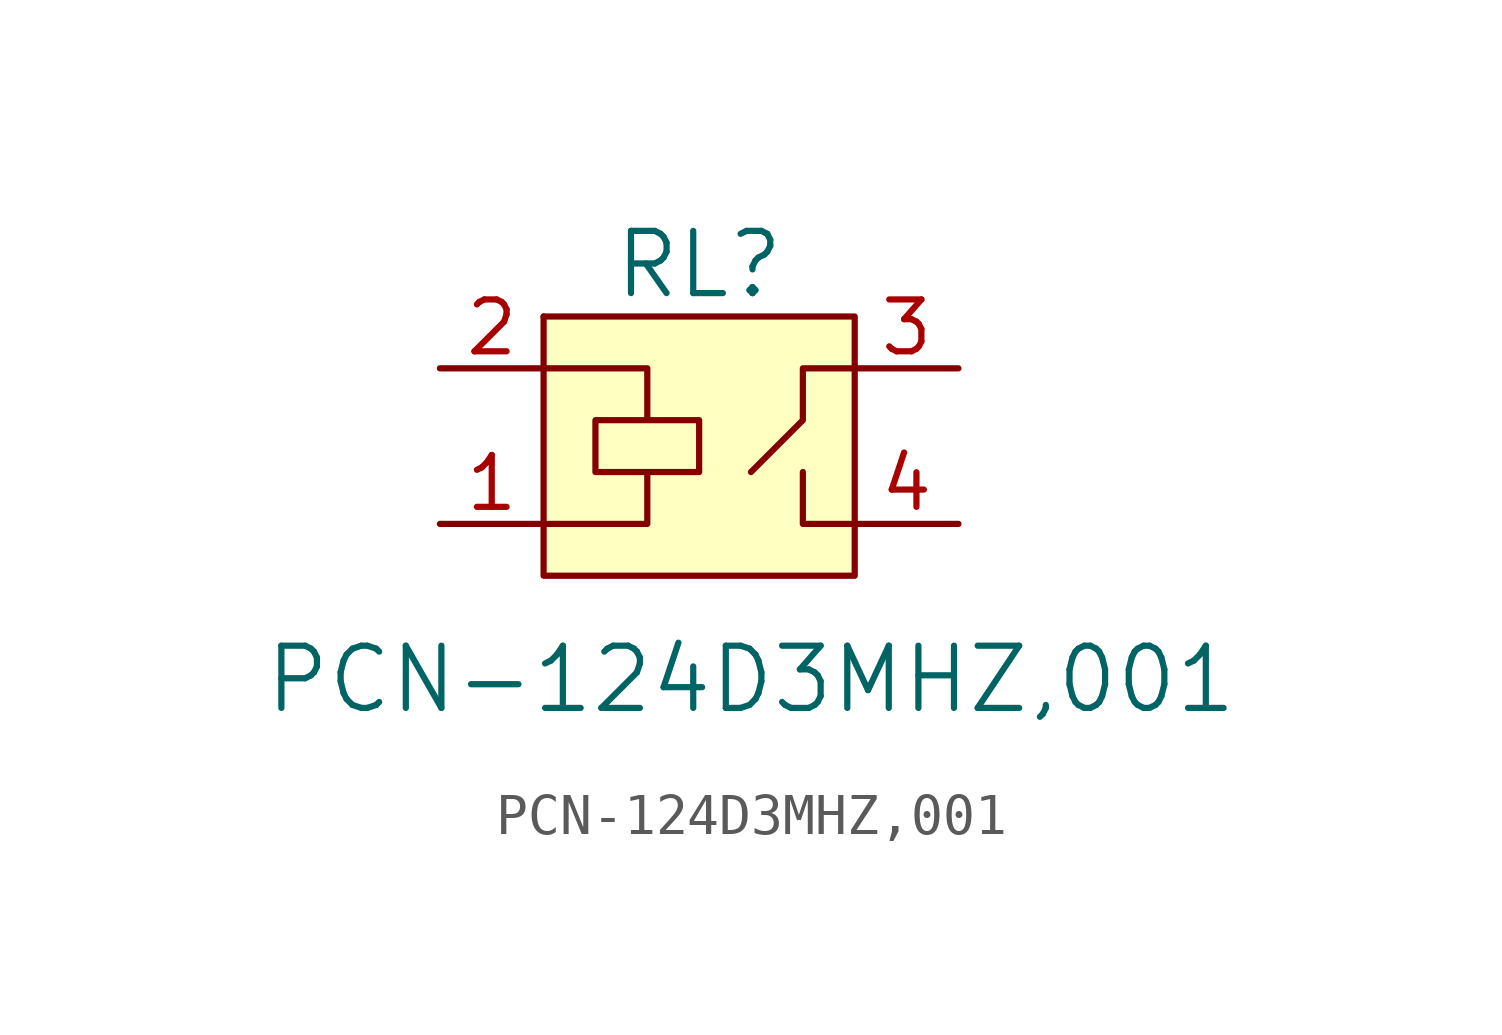
<source format=kicad_sym>
(kicad_symbol_lib
  (version 20220914)
  (generator kicad_symbol_editor)
  (symbol "PCN-124D3MHZ,001"
    (pin_names
      (offset 1.016))
    (property "Reference" "RL"
      (at 0 7.62 0)
      (effects (font (size 1.524 1.524))))
    (property "Value" "PCN-124D3MHZ,001"
      (at 1.27 -2.54 0)
      (effects (font (size 1.524 1.524))))
    (symbol "PCN-124D3MHZ,001_0_1"
      (rectangle (start -3.81 6.35) (end -3.81 6.35) (stroke (width 0) (type default)) (fill (type none)))
      (rectangle (start -3.81 6.35) (end 3.81 0) (stroke (width 0) (type default)) (fill (type background)))
      (polyline (pts (xy -1.27 2.54) (xy -1.27 1.27) (xy -3.81 1.27)) (stroke (width 0) (type default)) (fill (type none)))
      (polyline (pts (xy 2.54 2.54) (xy 2.54 1.27) (xy 3.81 1.27)) (stroke (width 0) (type default)) (fill (type none)))
      (polyline (pts (xy 3.81 5.08) (xy 2.54 5.08) (xy 2.54 3.81) (xy 1.27 2.54)) (stroke (width 0) (type default)) (fill (type none)))
      (polyline (pts (xy -3.81 5.08) (xy -1.27 5.08) (xy -1.27 3.81) (xy -2.54 3.81) (xy -2.54 2.54) (xy 0 2.54) (xy 0 3.81) (xy -1.27 3.81)) (stroke (width 0) (type default)) (fill (type none))))
    (symbol "PCN-124D3MHZ,001_1_1"
      (pin passive line (at -6.35 1.27 0) (length 2.54) (name "~" (effects (font (size 1.27 1.27)))) (number "1" (effects (font (size 1.27 1.27)))))
      (pin passive line (at -6.35 5.08 0) (length 2.54) (name "~" (effects (font (size 1.27 1.27)))) (number "2" (effects (font (size 1.27 1.27)))))
      (pin passive line (at 6.35 5.08 180) (length 2.54) (name "~" (effects (font (size 1.27 1.27)))) (number "3" (effects (font (size 1.27 1.27)))))
      (pin passive line (at 6.35 1.27 180) (length 2.54) (name "~" (effects (font (size 1.27 1.27)))) (number "4" (effects (font (size 1.27 1.27))))))))
</source>
